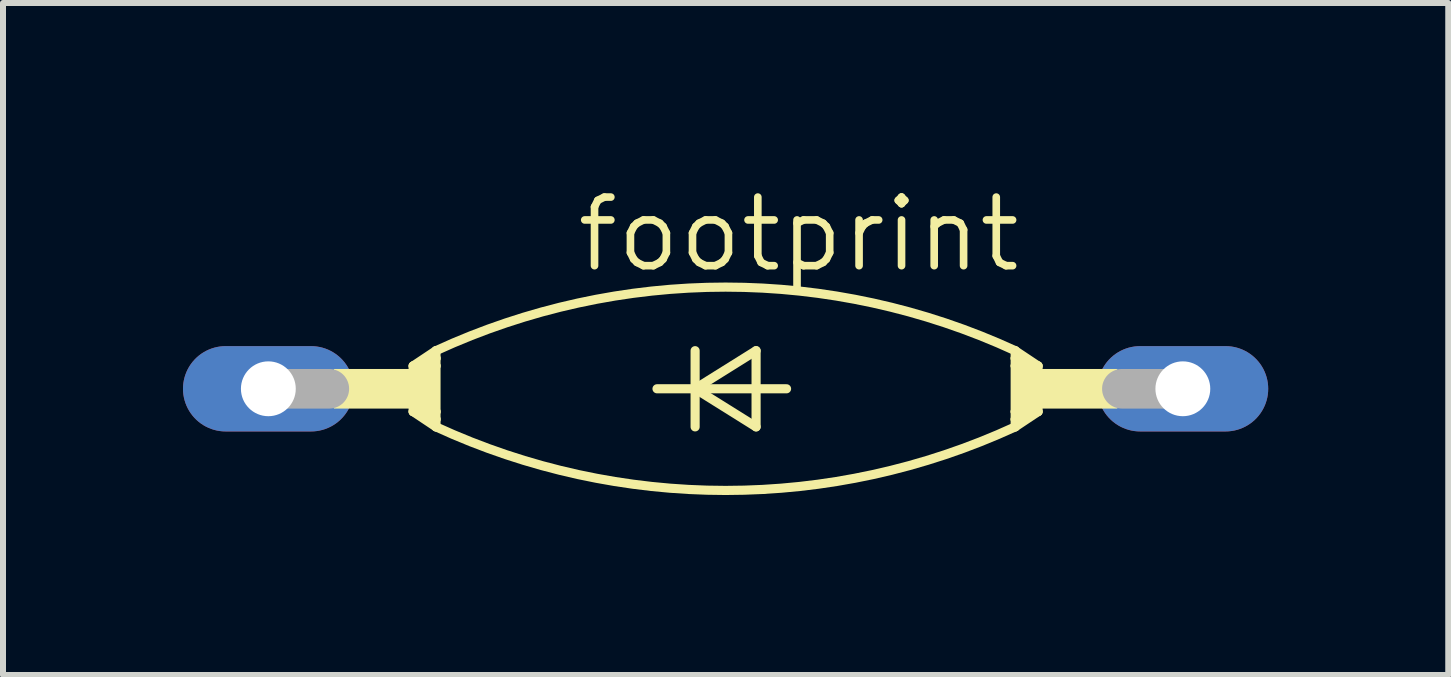
<source format=kicad_pcb>
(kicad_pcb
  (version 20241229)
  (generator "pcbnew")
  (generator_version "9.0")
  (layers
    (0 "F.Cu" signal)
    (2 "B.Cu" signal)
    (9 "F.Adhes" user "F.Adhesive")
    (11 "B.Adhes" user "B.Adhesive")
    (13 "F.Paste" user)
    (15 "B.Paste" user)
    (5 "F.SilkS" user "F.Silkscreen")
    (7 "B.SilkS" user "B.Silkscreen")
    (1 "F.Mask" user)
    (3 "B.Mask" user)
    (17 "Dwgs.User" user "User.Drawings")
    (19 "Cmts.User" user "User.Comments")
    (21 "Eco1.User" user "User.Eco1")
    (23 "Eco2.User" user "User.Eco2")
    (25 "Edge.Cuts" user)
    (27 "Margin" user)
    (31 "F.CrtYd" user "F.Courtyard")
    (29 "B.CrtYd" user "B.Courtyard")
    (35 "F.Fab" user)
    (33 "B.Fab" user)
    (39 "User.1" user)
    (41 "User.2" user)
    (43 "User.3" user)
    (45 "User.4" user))
  (footprint "footprint"
    (layer "F.Cu")
    (at 9.042 3.429)
    (property "Reference" "footprint" (at -2.54 -1.905 0) (layer "F.SilkS") (effects (font (size 1.143 1.143) (thickness 0.127)) (justify left bottom)))
    (fp_line (start -5.207 -0.381) (end -5.207 0.381) (stroke (width 0.152) (type solid)) (layer "F.SilkS"))
    (fp_line (start -5.207 -0.381) (end -5.08 -0.381) (stroke (width 0.152) (type solid)) (layer "F.SilkS"))
    (fp_line (start -5.207 0.381) (end -5.08 0.381) (stroke (width 0.152) (type solid)) (layer "F.SilkS"))
    (fp_line (start -5.207 0.381) (end -4.826 0.635) (stroke (width 0.152) (type solid)) (layer "F.SilkS"))
    (fp_line (start -5.08 -0.381) (end -4.826 -0.381) (stroke (width 0.152) (type solid)) (layer "F.SilkS"))
    (fp_line (start -5.08 0.381) (end -4.826 0.381) (stroke (width 0.152) (type solid)) (layer "F.SilkS"))
    (fp_line (start -4.826 -0.635) (end -5.207 -0.381) (stroke (width 0.152) (type solid)) (layer "F.SilkS"))
    (fp_line (start -4.826 -0.635) (end -4.826 -0.508) (stroke (width 0.152) (type solid)) (layer "F.SilkS"))
    (fp_line (start -4.826 -0.508) (end -5.08 -0.381) (stroke (width 0.152) (type solid)) (layer "F.SilkS"))
    (fp_line (start -4.826 -0.508) (end -4.826 -0.381) (stroke (width 0.152) (type solid)) (layer "F.SilkS"))
    (fp_line (start -4.826 -0.381) (end -4.826 0.381) (stroke (width 0.152) (type solid)) (layer "F.SilkS"))
    (fp_line (start -4.826 0.381) (end -4.826 0.508) (stroke (width 0.152) (type solid)) (layer "F.SilkS"))
    (fp_line (start -4.826 0.508) (end -5.08 0.381) (stroke (width 0.152) (type solid)) (layer "F.SilkS"))
    (fp_line (start -4.826 0.508) (end -4.826 0.635) (stroke (width 0.152) (type solid)) (layer "F.SilkS"))
    (fp_line (start -1.143 0) (end -0.508 0) (stroke (width 0.152) (type solid)) (layer "F.SilkS"))
    (fp_line (start -0.508 -0.635) (end -0.508 0) (stroke (width 0.152) (type solid)) (layer "F.SilkS"))
    (fp_line (start -0.508 0) (end -0.508 0.635) (stroke (width 0.152) (type solid)) (layer "F.SilkS"))
    (fp_line (start -0.508 0) (end 0.508 -0.635) (stroke (width 0.152) (type solid)) (layer "F.SilkS"))
    (fp_line (start -0.508 0) (end 1.016 0) (stroke (width 0.152) (type solid)) (layer "F.SilkS"))
    (fp_line (start 0.508 -0.635) (end 0.508 0.635) (stroke (width 0.152) (type solid)) (layer "F.SilkS"))
    (fp_line (start 0.508 0.635) (end -0.508 0) (stroke (width 0.152) (type solid)) (layer "F.SilkS"))
    (fp_line (start 4.826 -0.635) (end 5.207 -0.381) (stroke (width 0.152) (type solid)) (layer "F.SilkS"))
    (fp_line (start 4.826 -0.508) (end 4.826 -0.635) (stroke (width 0.152) (type solid)) (layer "F.SilkS"))
    (fp_line (start 4.826 -0.508) (end 5.08 -0.381) (stroke (width 0.152) (type solid)) (layer "F.SilkS"))
    (fp_line (start 4.826 -0.381) (end 4.826 -0.508) (stroke (width 0.152) (type solid)) (layer "F.SilkS"))
    (fp_line (start 4.826 0.381) (end 4.826 -0.381) (stroke (width 0.152) (type solid)) (layer "F.SilkS"))
    (fp_line (start 4.826 0.508) (end 4.826 0.381) (stroke (width 0.152) (type solid)) (layer "F.SilkS"))
    (fp_line (start 4.826 0.508) (end 5.08 0.381) (stroke (width 0.152) (type solid)) (layer "F.SilkS"))
    (fp_line (start 4.826 0.635) (end 4.826 0.508) (stroke (width 0.152) (type solid)) (layer "F.SilkS"))
    (fp_line (start 4.826 0.635) (end 5.207 0.381) (stroke (width 0.152) (type solid)) (layer "F.SilkS"))
    (fp_line (start 5.08 -0.381) (end 4.826 -0.381) (stroke (width 0.152) (type solid)) (layer "F.SilkS"))
    (fp_line (start 5.08 0.381) (end 4.826 0.381) (stroke (width 0.152) (type solid)) (layer "F.SilkS"))
    (fp_line (start 5.207 -0.381) (end 5.08 -0.381) (stroke (width 0.152) (type solid)) (layer "F.SilkS"))
    (fp_line (start 5.207 -0.381) (end 5.207 0.381) (stroke (width 0.152) (type solid)) (layer "F.SilkS"))
    (fp_line (start 5.207 0.381) (end 5.08 0.381) (stroke (width 0.152) (type solid)) (layer "F.SilkS"))
    (fp_arc (start -4.826 -0.635) (mid -0.000333 -1.694199) (end 4.825399 -0.6353) (stroke (width 0.1524) (type solid)) (layer "F.SilkS"))
    (fp_arc (start 4.825999 0.635001) (mid 0.000332 1.6942) (end -4.8254 0.6353) (stroke (width 0.1524) (type solid)) (layer "F.SilkS"))
    (fp_poly (pts (xy -6.528 0.33) (xy -5.207 0.33) (xy -5.207 -0.33) (xy -6.528 -0.33)) (stroke (width 0) (type solid)) (fill yes) (layer "F.SilkS"))
    (fp_poly (pts (xy -5.207 0.381) (xy -4.826 0.381) (xy -4.826 -0.381) (xy -5.207 -0.381)) (stroke (width 0) (type solid)) (fill yes) (layer "F.SilkS"))
    (fp_poly (pts (xy 4.826 0.381) (xy 5.207 0.381) (xy 5.207 -0.381) (xy 4.826 -0.381)) (stroke (width 0) (type solid)) (fill yes) (layer "F.SilkS"))
    (fp_poly (pts (xy 5.207 0.33) (xy 6.528 0.33) (xy 6.528 -0.33) (xy 5.207 -0.33)) (stroke (width 0) (type solid)) (fill yes) (layer "F.SilkS"))
    (fp_line (start -7.62 0) (end -6.604 0) (stroke (width 0.66) (type solid)) (layer "F.Fab"))
    (fp_line (start 7.62 0) (end 6.604 0) (stroke (width 0.66) (type solid)) (layer "F.Fab"))
    (pad "A" thru_hole oval (at 7.62 0) (size 2.845 1.422) (drill 0.914) (layers "*.Cu" "*.Mask"))
    (pad "C" thru_hole oval (at -7.62 0) (size 2.845 1.422) (drill 0.914) (layers "*.Cu" "*.Mask")))
  (gr_rect
    (start -3 -3)
    (end 21.085 8.199)
    (stroke (width 0.1) (type default))
    (fill no)
    (layer "Edge.Cuts")))
</source>
